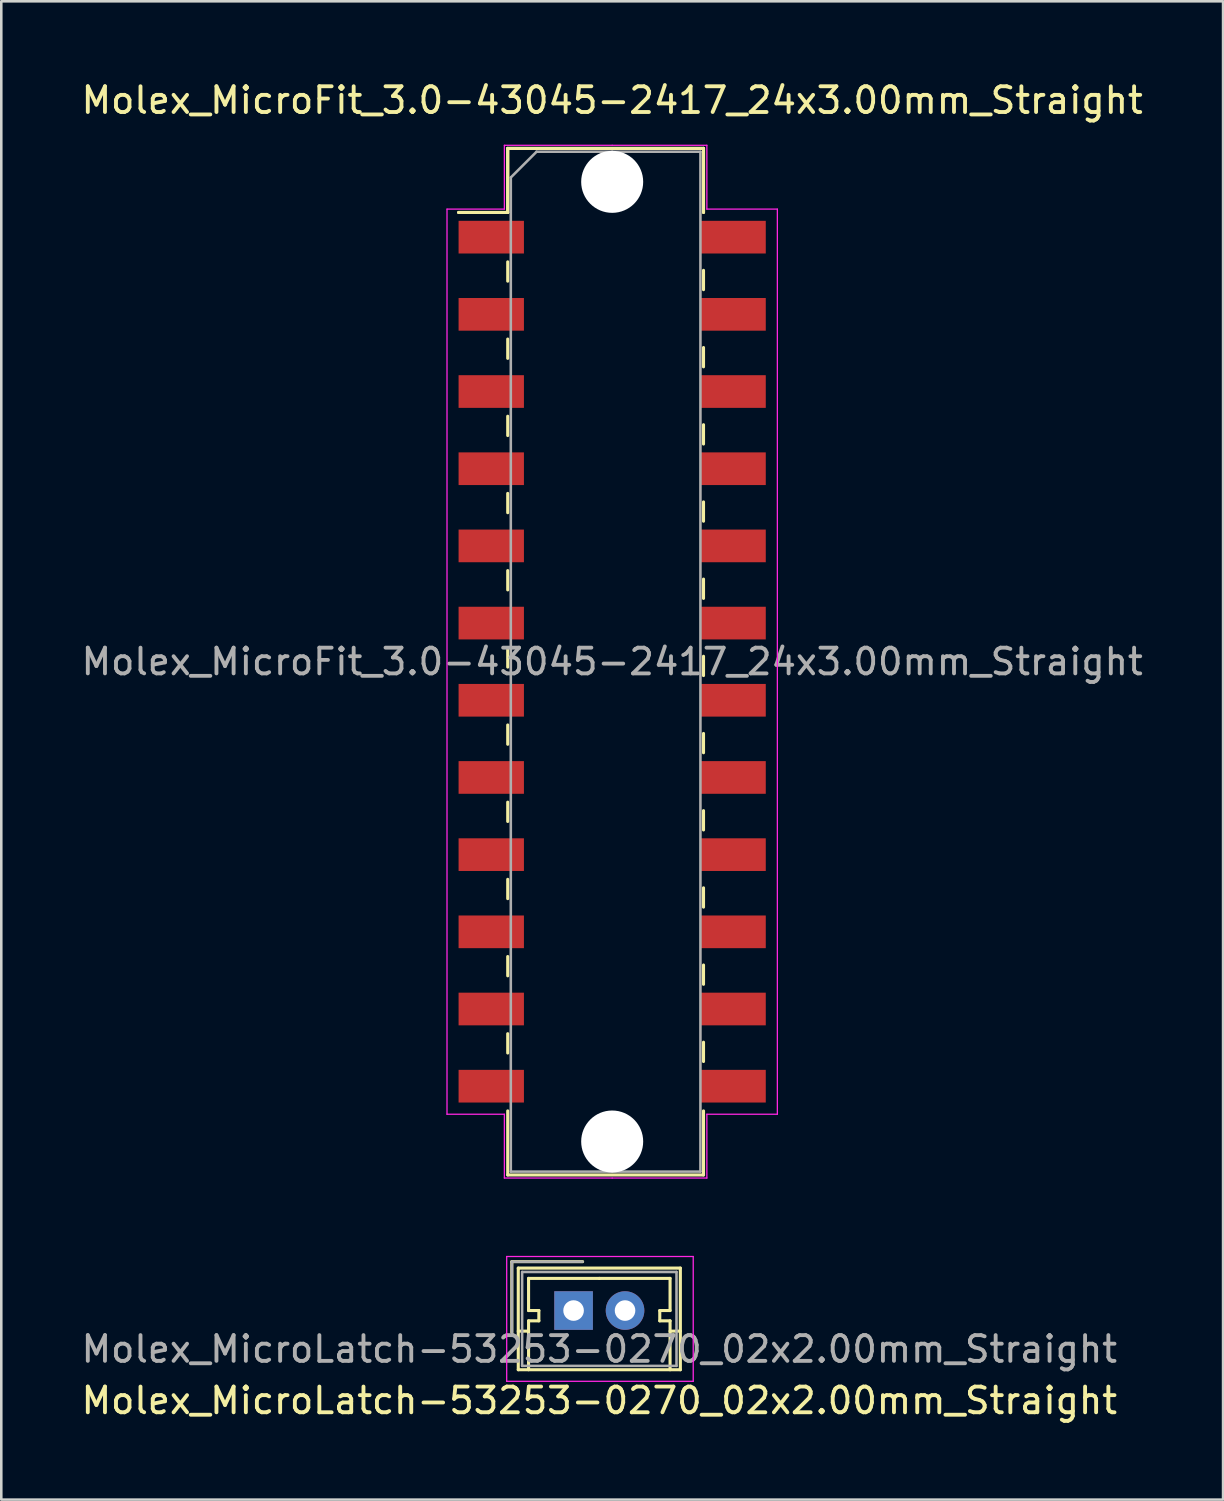
<source format=kicad_pcb>
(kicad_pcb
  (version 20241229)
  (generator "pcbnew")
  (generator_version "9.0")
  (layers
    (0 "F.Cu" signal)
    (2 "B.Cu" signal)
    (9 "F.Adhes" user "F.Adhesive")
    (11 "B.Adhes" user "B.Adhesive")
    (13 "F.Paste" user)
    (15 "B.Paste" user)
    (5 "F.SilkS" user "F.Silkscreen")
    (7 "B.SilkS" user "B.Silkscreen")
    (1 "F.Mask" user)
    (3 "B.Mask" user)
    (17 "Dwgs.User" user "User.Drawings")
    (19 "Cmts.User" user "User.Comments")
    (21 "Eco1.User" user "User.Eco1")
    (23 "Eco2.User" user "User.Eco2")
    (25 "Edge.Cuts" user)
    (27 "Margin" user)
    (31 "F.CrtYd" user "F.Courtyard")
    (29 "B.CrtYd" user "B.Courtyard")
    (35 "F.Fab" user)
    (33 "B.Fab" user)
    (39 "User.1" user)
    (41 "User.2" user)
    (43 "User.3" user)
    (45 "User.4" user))
  (footprint "Molex_MicroFit_3.0-43045-2417_24x3.00mm_Straight"
    (layer "F.Cu")
    (at 20.744 22.668)
    (property "Reference" "Molex_MicroFit_3.0-43045-2417_24x3.00mm_Straight" (at 0 -21.82 0) (layer "F.SilkS") (effects (font (size 1 1) (thickness 0.15))))
    (attr smd)
    (fp_line (start -5.97 -17.46) (end -4.06 -17.46) (stroke (width 0.12) (type solid)) (layer "F.SilkS"))
    (fp_line (start -5.97 -17.46) (end -4.06 -17.46) (stroke (width 0.12) (type solid)) (layer "F.SilkS"))
    (fp_line (start -4.06 -19.95) (end 3.55 -19.95) (stroke (width 0.12) (type solid)) (layer "F.SilkS"))
    (fp_line (start -4.06 -19.95) (end 3.55 -19.95) (stroke (width 0.12) (type solid)) (layer "F.SilkS"))
    (fp_line (start -4.06 -17.46) (end -4.06 -19.95) (stroke (width 0.12) (type solid)) (layer "F.SilkS"))
    (fp_line (start -4.06 -17.46) (end -4.06 -19.95) (stroke (width 0.12) (type solid)) (layer "F.SilkS"))
    (fp_line (start -4.06 -15.54) (end -4.06 -14.79) (stroke (width 0.12) (type solid)) (layer "F.SilkS"))
    (fp_line (start -4.06 -12.54) (end -4.06 -11.79) (stroke (width 0.12) (type solid)) (layer "F.SilkS"))
    (fp_line (start -4.06 -9.54) (end -4.06 -8.79) (stroke (width 0.12) (type solid)) (layer "F.SilkS"))
    (fp_line (start -4.06 -6.54) (end -4.06 -5.79) (stroke (width 0.12) (type solid)) (layer "F.SilkS"))
    (fp_line (start -4.06 -3.54) (end -4.06 -2.79) (stroke (width 0.12) (type solid)) (layer "F.SilkS"))
    (fp_line (start -4.06 -0.54) (end -4.06 0.21) (stroke (width 0.12) (type solid)) (layer "F.SilkS"))
    (fp_line (start -4.06 2.46) (end -4.06 3.21) (stroke (width 0.12) (type solid)) (layer "F.SilkS"))
    (fp_line (start -4.06 5.46) (end -4.06 6.21) (stroke (width 0.12) (type solid)) (layer "F.SilkS"))
    (fp_line (start -4.06 8.46) (end -4.06 9.21) (stroke (width 0.12) (type solid)) (layer "F.SilkS"))
    (fp_line (start -4.06 11.46) (end -4.06 12.21) (stroke (width 0.12) (type solid)) (layer "F.SilkS"))
    (fp_line (start -4.06 14.46) (end -4.06 15.21) (stroke (width 0.12) (type solid)) (layer "F.SilkS"))
    (fp_line (start -4.06 19.95) (end -4.06 17.46) (stroke (width 0.12) (type solid)) (layer "F.SilkS"))
    (fp_line (start 3.55 -19.95) (end 3.55 -17.46) (stroke (width 0.12) (type solid)) (layer "F.SilkS"))
    (fp_line (start 3.55 -19.95) (end 3.55 -17.46) (stroke (width 0.12) (type solid)) (layer "F.SilkS"))
    (fp_line (start 3.55 -14.46) (end 3.55 -15.21) (stroke (width 0.12) (type solid)) (layer "F.SilkS"))
    (fp_line (start 3.55 -11.46) (end 3.55 -12.21) (stroke (width 0.12) (type solid)) (layer "F.SilkS"))
    (fp_line (start 3.55 -8.46) (end 3.55 -9.21) (stroke (width 0.12) (type solid)) (layer "F.SilkS"))
    (fp_line (start 3.55 -5.46) (end 3.55 -6.21) (stroke (width 0.12) (type solid)) (layer "F.SilkS"))
    (fp_line (start 3.55 -2.46) (end 3.55 -3.21) (stroke (width 0.12) (type solid)) (layer "F.SilkS"))
    (fp_line (start 3.55 0.54) (end 3.55 -0.21) (stroke (width 0.12) (type solid)) (layer "F.SilkS"))
    (fp_line (start 3.55 3.54) (end 3.55 2.79) (stroke (width 0.12) (type solid)) (layer "F.SilkS"))
    (fp_line (start 3.55 6.54) (end 3.55 5.79) (stroke (width 0.12) (type solid)) (layer "F.SilkS"))
    (fp_line (start 3.55 9.54) (end 3.55 8.79) (stroke (width 0.12) (type solid)) (layer "F.SilkS"))
    (fp_line (start 3.55 12.54) (end 3.55 11.79) (stroke (width 0.12) (type solid)) (layer "F.SilkS"))
    (fp_line (start 3.55 15.54) (end 3.55 14.79) (stroke (width 0.12) (type solid)) (layer "F.SilkS"))
    (fp_line (start 3.55 17.46) (end 3.55 19.95) (stroke (width 0.12) (type solid)) (layer "F.SilkS"))
    (fp_line (start 3.55 19.95) (end -4.06 19.95) (stroke (width 0.12) (type solid)) (layer "F.SilkS"))
    (fp_line (start -6.42 -17.59) (end -4.19 -17.59) (stroke (width 0.05) (type solid)) (layer "F.CrtYd"))
    (fp_line (start -6.42 17.59) (end -6.42 -17.59) (stroke (width 0.05) (type solid)) (layer "F.CrtYd"))
    (fp_line (start -4.19 -20.07) (end 0 -20.07) (stroke (width 0.05) (type solid)) (layer "F.CrtYd"))
    (fp_line (start -4.19 -17.59) (end -4.19 -20.07) (stroke (width 0.05) (type solid)) (layer "F.CrtYd"))
    (fp_line (start -4.19 17.59) (end -6.42 17.59) (stroke (width 0.05) (type solid)) (layer "F.CrtYd"))
    (fp_line (start -4.19 20.07) (end -4.19 17.59) (stroke (width 0.05) (type solid)) (layer "F.CrtYd"))
    (fp_line (start 0 -20.07) (end 3.68 -20.07) (stroke (width 0.05) (type solid)) (layer "F.CrtYd"))
    (fp_line (start 0 20.07) (end -4.19 20.07) (stroke (width 0.05) (type solid)) (layer "F.CrtYd"))
    (fp_line (start 3.68 -20.07) (end 3.68 -17.59) (stroke (width 0.05) (type solid)) (layer "F.CrtYd"))
    (fp_line (start 3.68 -17.59) (end 6.42 -17.59) (stroke (width 0.05) (type solid)) (layer "F.CrtYd"))
    (fp_line (start 3.68 17.59) (end 3.68 20.07) (stroke (width 0.05) (type solid)) (layer "F.CrtYd"))
    (fp_line (start 3.68 20.07) (end 0 20.07) (stroke (width 0.05) (type solid)) (layer "F.CrtYd"))
    (fp_line (start 6.42 -17.59) (end 6.42 17.59) (stroke (width 0.05) (type solid)) (layer "F.CrtYd"))
    (fp_line (start 6.42 17.59) (end 3.68 17.59) (stroke (width 0.05) (type solid)) (layer "F.CrtYd"))
    (fp_line (start -3.94 -18.82) (end -2.94 -19.82) (stroke (width 0.1) (type solid)) (layer "F.Fab"))
    (fp_line (start -3.94 19.82) (end -3.94 -18.82) (stroke (width 0.1) (type solid)) (layer "F.Fab"))
    (fp_line (start -2.94 -19.82) (end 0 -19.82) (stroke (width 0.1) (type solid)) (layer "F.Fab"))
    (fp_line (start 0 -19.82) (end 3.43 -19.82) (stroke (width 0.1) (type solid)) (layer "F.Fab"))
    (fp_line (start 0 19.82) (end -3.94 19.82) (stroke (width 0.1) (type solid)) (layer "F.Fab"))
    (fp_line (start 3.43 -19.82) (end 3.43 19.82) (stroke (width 0.1) (type solid)) (layer "F.Fab"))
    (fp_line (start 3.43 19.82) (end 0 19.82) (stroke (width 0.1) (type solid)) (layer "F.Fab"))
    (fp_text user "${REFERENCE}" (at 0 0 0) (layer "F.Fab") (effects (font (size 1 1) (thickness 0.15))))
    (pad "" np_thru_hole circle (at 0 -18.65) (size 2.41 2.41) (drill 2.41) (layers "*.Cu"))
    (pad "" np_thru_hole circle (at 0 18.65) (size 2.41 2.41) (drill 2.41) (layers "*.Cu"))
    (pad "1" smd rect (at -4.7 -16.5) (size 2.54 1.27) (layers "F.Cu" "F.Mask" "F.Paste"))
    (pad "2" smd rect (at -4.7 -13.5) (size 2.54 1.27) (layers "F.Cu" "F.Mask" "F.Paste"))
    (pad "3" smd rect (at -4.7 -10.5) (size 2.54 1.27) (layers "F.Cu" "F.Mask" "F.Paste"))
    (pad "4" smd rect (at -4.7 -7.5) (size 2.54 1.27) (layers "F.Cu" "F.Mask" "F.Paste"))
    (pad "5" smd rect (at -4.7 -4.5) (size 2.54 1.27) (layers "F.Cu" "F.Mask" "F.Paste"))
    (pad "6" smd rect (at -4.7 -1.5) (size 2.54 1.27) (layers "F.Cu" "F.Mask" "F.Paste"))
    (pad "7" smd rect (at -4.7 1.5) (size 2.54 1.27) (layers "F.Cu" "F.Mask" "F.Paste"))
    (pad "8" smd rect (at -4.7 4.5) (size 2.54 1.27) (layers "F.Cu" "F.Mask" "F.Paste"))
    (pad "9" smd rect (at -4.7 7.5) (size 2.54 1.27) (layers "F.Cu" "F.Mask" "F.Paste"))
    (pad "10" smd rect (at -4.7 10.5) (size 2.54 1.27) (layers "F.Cu" "F.Mask" "F.Paste"))
    (pad "11" smd rect (at -4.7 13.5) (size 2.54 1.27) (layers "F.Cu" "F.Mask" "F.Paste"))
    (pad "12" smd rect (at -4.7 16.5) (size 2.54 1.27) (layers "F.Cu" "F.Mask" "F.Paste"))
    (pad "13" smd rect (at 4.7 16.5) (size 2.54 1.27) (layers "F.Cu" "F.Mask" "F.Paste"))
    (pad "14" smd rect (at 4.7 13.5) (size 2.54 1.27) (layers "F.Cu" "F.Mask" "F.Paste"))
    (pad "15" smd rect (at 4.7 10.5) (size 2.54 1.27) (layers "F.Cu" "F.Mask" "F.Paste"))
    (pad "16" smd rect (at 4.7 7.5) (size 2.54 1.27) (layers "F.Cu" "F.Mask" "F.Paste"))
    (pad "17" smd rect (at 4.7 4.5) (size 2.54 1.27) (layers "F.Cu" "F.Mask" "F.Paste"))
    (pad "18" smd rect (at 4.7 1.5) (size 2.54 1.27) (layers "F.Cu" "F.Mask" "F.Paste"))
    (pad "19" smd rect (at 4.7 -1.5) (size 2.54 1.27) (layers "F.Cu" "F.Mask" "F.Paste"))
    (pad "20" smd rect (at 4.7 -4.5) (size 2.54 1.27) (layers "F.Cu" "F.Mask" "F.Paste"))
    (pad "21" smd rect (at 4.7 -7.5) (size 2.54 1.27) (layers "F.Cu" "F.Mask" "F.Paste"))
    (pad "22" smd rect (at 4.7 -10.5) (size 2.54 1.27) (layers "F.Cu" "F.Mask" "F.Paste"))
    (pad "23" smd rect (at 4.7 -13.5) (size 2.54 1.27) (layers "F.Cu" "F.Mask" "F.Paste"))
    (pad "24" smd rect (at 4.7 -16.5) (size 2.54 1.27) (layers "F.Cu" "F.Mask" "F.Paste")))
  (footprint "Molex_MicroLatch-53253-0270_02x2.00mm_Straight"
    (layer "F.Cu")
    (at 19.244 47.888)
    (property "Reference" "Molex_MicroLatch-53253-0270_02x2.00mm_Straight" (at 1 3.5 0) (layer "F.SilkS") (effects (font (size 1 1) (thickness 0.15))))
    (attr through_hole)
    (fp_line (start -2.4 -1.9) (end -2.4 0.85) (stroke (width 0.12) (type solid)) (layer "F.SilkS"))
    (fp_line (start -2.15 -1.65) (end -2.15 2.3) (stroke (width 0.12) (type solid)) (layer "F.SilkS"))
    (fp_line (start -2.15 0.8) (end -1.75 0.8) (stroke (width 0.12) (type solid)) (layer "F.SilkS"))
    (fp_line (start -2.15 2.3) (end 4.15 2.3) (stroke (width 0.12) (type solid)) (layer "F.SilkS"))
    (fp_line (start -1.75 -1.25) (end -1.75 0) (stroke (width 0.12) (type solid)) (layer "F.SilkS"))
    (fp_line (start -1.75 0) (end -1.35 0) (stroke (width 0.12) (type solid)) (layer "F.SilkS"))
    (fp_line (start -1.75 0.4) (end -1.75 2.3) (stroke (width 0.12) (type solid)) (layer "F.SilkS"))
    (fp_line (start -1.35 0) (end -1.35 0.4) (stroke (width 0.12) (type solid)) (layer "F.SilkS"))
    (fp_line (start -1.35 0.4) (end -1.75 0.4) (stroke (width 0.12) (type solid)) (layer "F.SilkS"))
    (fp_line (start 0.35 -1.9) (end -2.4 -1.9) (stroke (width 0.12) (type solid)) (layer "F.SilkS"))
    (fp_line (start 1 -1.25) (end -1.75 -1.25) (stroke (width 0.12) (type solid)) (layer "F.SilkS"))
    (fp_line (start 1 -1.25) (end 3.75 -1.25) (stroke (width 0.12) (type solid)) (layer "F.SilkS"))
    (fp_line (start 3.35 0) (end 3.35 0.4) (stroke (width 0.12) (type solid)) (layer "F.SilkS"))
    (fp_line (start 3.35 0.4) (end 3.75 0.4) (stroke (width 0.12) (type solid)) (layer "F.SilkS"))
    (fp_line (start 3.75 -1.25) (end 3.75 0) (stroke (width 0.12) (type solid)) (layer "F.SilkS"))
    (fp_line (start 3.75 0) (end 3.35 0) (stroke (width 0.12) (type solid)) (layer "F.SilkS"))
    (fp_line (start 3.75 0.4) (end 3.75 2.3) (stroke (width 0.12) (type solid)) (layer "F.SilkS"))
    (fp_line (start 4.15 -1.65) (end -2.15 -1.65) (stroke (width 0.12) (type solid)) (layer "F.SilkS"))
    (fp_line (start 4.15 0.8) (end 3.75 0.8) (stroke (width 0.12) (type solid)) (layer "F.SilkS"))
    (fp_line (start 4.15 2.3) (end 4.15 -1.65) (stroke (width 0.12) (type solid)) (layer "F.SilkS"))
    (fp_line (start -2.6 -2.1) (end -2.6 2.75) (stroke (width 0.05) (type solid)) (layer "F.CrtYd"))
    (fp_line (start -2.6 2.75) (end 4.65 2.75) (stroke (width 0.05) (type solid)) (layer "F.CrtYd"))
    (fp_line (start 4.65 -2.1) (end -2.6 -2.1) (stroke (width 0.05) (type solid)) (layer "F.CrtYd"))
    (fp_line (start 4.65 2.75) (end 4.65 -2.1) (stroke (width 0.05) (type solid)) (layer "F.CrtYd"))
    (fp_line (start -2.4 -1.9) (end -2.4 0.85) (stroke (width 0.1) (type solid)) (layer "F.Fab"))
    (fp_line (start -2 -1.5) (end -2 2.15) (stroke (width 0.1) (type solid)) (layer "F.Fab"))
    (fp_line (start -2 2.15) (end 4 2.15) (stroke (width 0.1) (type solid)) (layer "F.Fab"))
    (fp_line (start 0.35 -1.9) (end -2.4 -1.9) (stroke (width 0.1) (type solid)) (layer "F.Fab"))
    (fp_line (start 4 -1.5) (end -2 -1.5) (stroke (width 0.1) (type solid)) (layer "F.Fab"))
    (fp_line (start 4 2.15) (end 4 -1.5) (stroke (width 0.1) (type solid)) (layer "F.Fab"))
    (fp_text user "${REFERENCE}" (at 1 1.5 0) (layer "F.Fab") (effects (font (size 1 1) (thickness 0.15))))
    (pad "1" thru_hole rect (at 0 0) (size 1.5 1.5) (drill 0.8) (layers "*.Cu" "*.Mask"))
    (pad "2" thru_hole circle (at 2 0) (size 1.5 1.5) (drill 0.8) (layers "*.Cu" "*.Mask")))
  (gr_rect
    (start -3 -3)
    (end 44.488 55.236)
    (stroke (width 0.1) (type default))
    (fill no)
    (layer "Edge.Cuts")))
</source>
